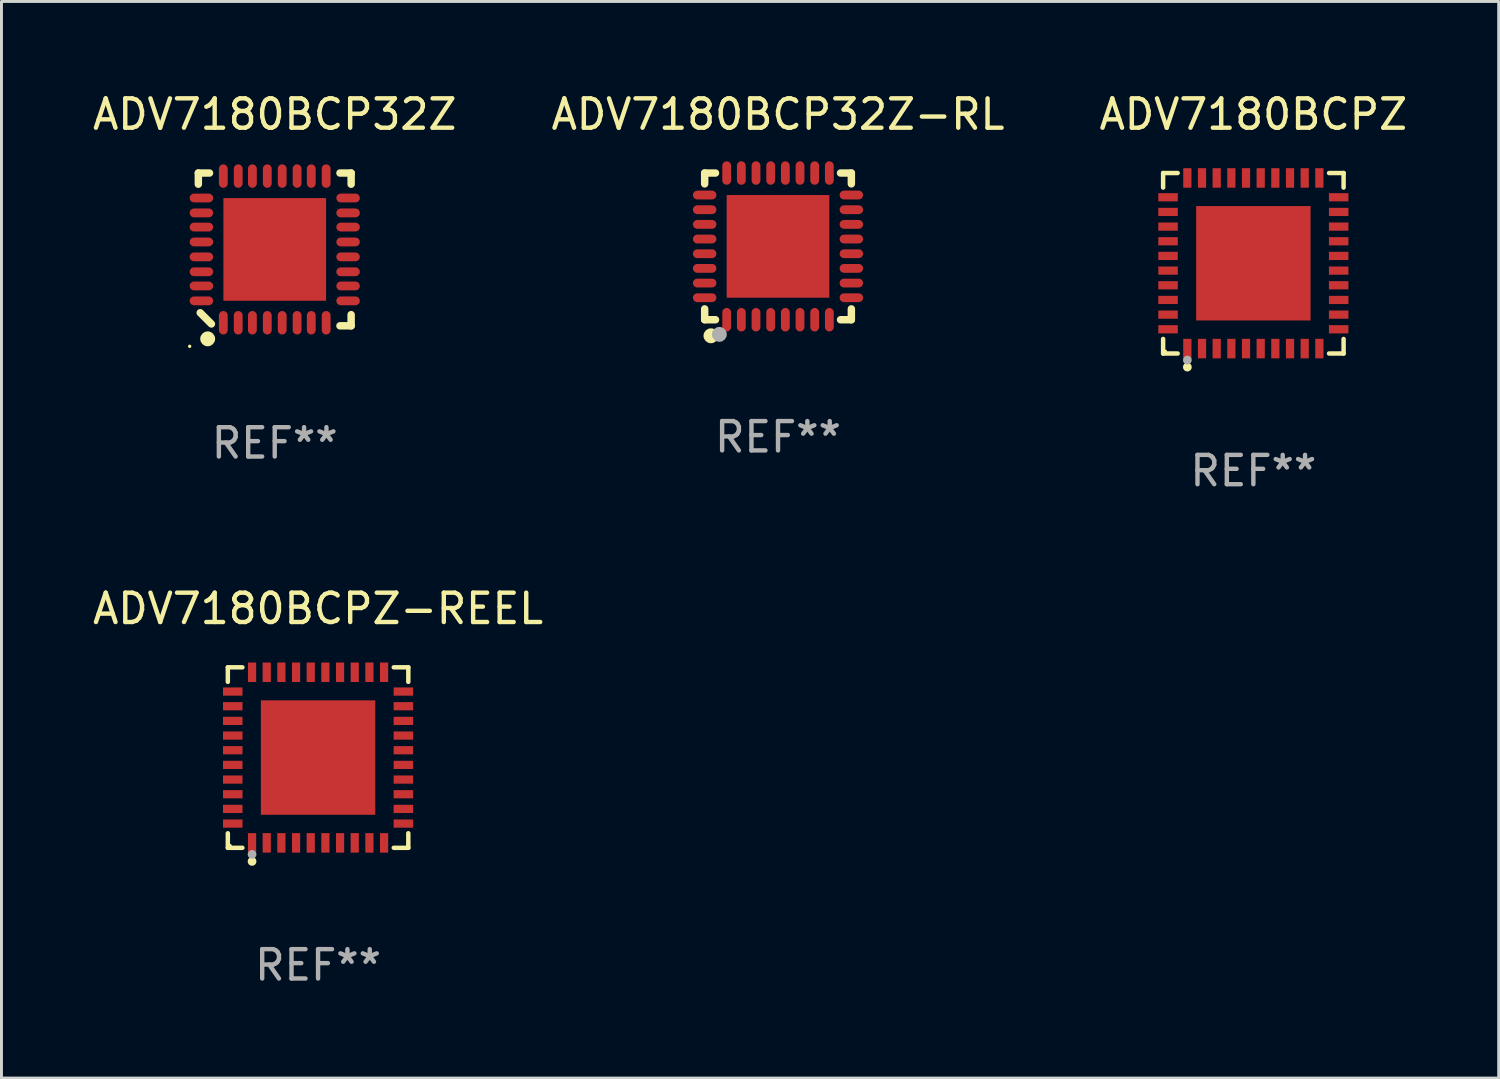
<source format=kicad_pcb>
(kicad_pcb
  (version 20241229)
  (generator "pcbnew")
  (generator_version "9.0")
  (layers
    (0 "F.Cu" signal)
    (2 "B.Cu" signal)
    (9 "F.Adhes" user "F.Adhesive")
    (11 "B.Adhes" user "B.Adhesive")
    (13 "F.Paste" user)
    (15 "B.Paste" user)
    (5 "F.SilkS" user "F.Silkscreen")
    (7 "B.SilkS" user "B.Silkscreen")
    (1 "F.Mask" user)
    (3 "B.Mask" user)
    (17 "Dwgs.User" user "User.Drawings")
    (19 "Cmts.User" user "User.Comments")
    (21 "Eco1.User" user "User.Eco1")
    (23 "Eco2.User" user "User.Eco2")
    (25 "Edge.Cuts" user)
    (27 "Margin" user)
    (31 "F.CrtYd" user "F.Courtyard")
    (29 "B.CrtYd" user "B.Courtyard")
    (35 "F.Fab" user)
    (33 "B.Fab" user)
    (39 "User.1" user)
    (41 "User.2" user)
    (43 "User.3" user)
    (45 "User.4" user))
  (footprint "ADV7180BCPZ"
    (layer "F.Cu")
    (at 39.673 5.924)
    (property "Reference" "ADV7180BCPZ" (at 0 -5.076 0) (layer "F.SilkS") (effects (font (size 1 1) (thickness 0.15))))
    (attr through_hole)
    (fp_line (start -3.076 -3.076) (end -2.58 -3.076) (stroke (width 0.152) (type solid)) (layer "F.SilkS"))
    (fp_line (start -3.076 -2.58) (end -3.076 -3.076) (stroke (width 0.152) (type solid)) (layer "F.SilkS"))
    (fp_line (start -3.076 2.58) (end -3.076 3.076) (stroke (width 0.152) (type solid)) (layer "F.SilkS"))
    (fp_line (start -3.076 3.076) (end -2.58 3.076) (stroke (width 0.152) (type solid)) (layer "F.SilkS"))
    (fp_line (start 3.076 -3.076) (end 2.58 -3.076) (stroke (width 0.152) (type solid)) (layer "F.SilkS"))
    (fp_line (start 3.076 -2.58) (end 3.076 -3.076) (stroke (width 0.152) (type solid)) (layer "F.SilkS"))
    (fp_line (start 3.076 2.58) (end 3.076 3.076) (stroke (width 0.152) (type solid)) (layer "F.SilkS"))
    (fp_line (start 3.076 3.076) (end 2.58 3.076) (stroke (width 0.152) (type solid)) (layer "F.SilkS"))
    (fp_circle (center -3 3) (end -2.97 3) (stroke (width 0.06) (type solid)) (fill no) (layer "F.SilkS"))
    (fp_circle (center -2.25 3.54) (end -2.175 3.54) (stroke (width 0.15) (type solid)) (fill no) (layer "F.SilkS"))
    (fp_circle (center -2.25 3.3) (end -2.175 3.3) (stroke (width 0.15) (type solid)) (fill no) (layer "F.Fab"))
    (fp_text user "REF**" (at 0 7.076 0) (layer "F.Fab") (effects (font (size 1 1) (thickness 0.15))))
    (pad "1" smd rect (at -2.25 2.908) (size 0.28 0.665) (layers "F.Cu" "F.Mask" "F.Paste"))
    (pad "2" smd rect (at -1.75 2.908) (size 0.28 0.665) (layers "F.Cu" "F.Mask" "F.Paste"))
    (pad "3" smd rect (at -1.25 2.908) (size 0.28 0.665) (layers "F.Cu" "F.Mask" "F.Paste"))
    (pad "4" smd rect (at -0.75 2.908) (size 0.28 0.665) (layers "F.Cu" "F.Mask" "F.Paste"))
    (pad "5" smd rect (at -0.25 2.908) (size 0.28 0.665) (layers "F.Cu" "F.Mask" "F.Paste"))
    (pad "6" smd rect (at 0.25 2.908) (size 0.28 0.665) (layers "F.Cu" "F.Mask" "F.Paste"))
    (pad "7" smd rect (at 0.75 2.908) (size 0.28 0.665) (layers "F.Cu" "F.Mask" "F.Paste"))
    (pad "8" smd rect (at 1.25 2.908) (size 0.28 0.665) (layers "F.Cu" "F.Mask" "F.Paste"))
    (pad "9" smd rect (at 1.75 2.908) (size 0.28 0.665) (layers "F.Cu" "F.Mask" "F.Paste"))
    (pad "10" smd rect (at 2.25 2.908) (size 0.28 0.665) (layers "F.Cu" "F.Mask" "F.Paste"))
    (pad "11" smd rect (at 2.908 2.25) (size 0.665 0.28) (layers "F.Cu" "F.Mask" "F.Paste"))
    (pad "12" smd rect (at 2.908 1.75) (size 0.665 0.28) (layers "F.Cu" "F.Mask" "F.Paste"))
    (pad "13" smd rect (at 2.908 1.25) (size 0.665 0.28) (layers "F.Cu" "F.Mask" "F.Paste"))
    (pad "14" smd rect (at 2.908 0.75) (size 0.665 0.28) (layers "F.Cu" "F.Mask" "F.Paste"))
    (pad "15" smd rect (at 2.908 0.25) (size 0.665 0.28) (layers "F.Cu" "F.Mask" "F.Paste"))
    (pad "16" smd rect (at 2.908 -0.25) (size 0.665 0.28) (layers "F.Cu" "F.Mask" "F.Paste"))
    (pad "17" smd rect (at 2.908 -0.75) (size 0.665 0.28) (layers "F.Cu" "F.Mask" "F.Paste"))
    (pad "18" smd rect (at 2.908 -1.25) (size 0.665 0.28) (layers "F.Cu" "F.Mask" "F.Paste"))
    (pad "19" smd rect (at 2.908 -1.75) (size 0.665 0.28) (layers "F.Cu" "F.Mask" "F.Paste"))
    (pad "20" smd rect (at 2.908 -2.25) (size 0.665 0.28) (layers "F.Cu" "F.Mask" "F.Paste"))
    (pad "21" smd rect (at 2.25 -2.908) (size 0.28 0.665) (layers "F.Cu" "F.Mask" "F.Paste"))
    (pad "22" smd rect (at 1.75 -2.908) (size 0.28 0.665) (layers "F.Cu" "F.Mask" "F.Paste"))
    (pad "23" smd rect (at 1.25 -2.908) (size 0.28 0.665) (layers "F.Cu" "F.Mask" "F.Paste"))
    (pad "24" smd rect (at 0.75 -2.908) (size 0.28 0.665) (layers "F.Cu" "F.Mask" "F.Paste"))
    (pad "25" smd rect (at 0.25 -2.908) (size 0.28 0.665) (layers "F.Cu" "F.Mask" "F.Paste"))
    (pad "26" smd rect (at -0.25 -2.908) (size 0.28 0.665) (layers "F.Cu" "F.Mask" "F.Paste"))
    (pad "27" smd rect (at -0.75 -2.908) (size 0.28 0.665) (layers "F.Cu" "F.Mask" "F.Paste"))
    (pad "28" smd rect (at -1.25 -2.908) (size 0.28 0.665) (layers "F.Cu" "F.Mask" "F.Paste"))
    (pad "29" smd rect (at -1.75 -2.908) (size 0.28 0.665) (layers "F.Cu" "F.Mask" "F.Paste"))
    (pad "30" smd rect (at -2.25 -2.908) (size 0.28 0.665) (layers "F.Cu" "F.Mask" "F.Paste"))
    (pad "31" smd rect (at -2.908 -2.25) (size 0.665 0.28) (layers "F.Cu" "F.Mask" "F.Paste"))
    (pad "32" smd rect (at -2.908 -1.75) (size 0.665 0.28) (layers "F.Cu" "F.Mask" "F.Paste"))
    (pad "33" smd rect (at -2.908 -1.25) (size 0.665 0.28) (layers "F.Cu" "F.Mask" "F.Paste"))
    (pad "34" smd rect (at -2.908 -0.75) (size 0.665 0.28) (layers "F.Cu" "F.Mask" "F.Paste"))
    (pad "35" smd rect (at -2.908 -0.25) (size 0.665 0.28) (layers "F.Cu" "F.Mask" "F.Paste"))
    (pad "36" smd rect (at -2.908 0.25) (size 0.665 0.28) (layers "F.Cu" "F.Mask" "F.Paste"))
    (pad "37" smd rect (at -2.908 0.75) (size 0.665 0.28) (layers "F.Cu" "F.Mask" "F.Paste"))
    (pad "38" smd rect (at -2.908 1.25) (size 0.665 0.28) (layers "F.Cu" "F.Mask" "F.Paste"))
    (pad "39" smd rect (at -2.908 1.75) (size 0.665 0.28) (layers "F.Cu" "F.Mask" "F.Paste"))
    (pad "40" smd rect (at -2.908 2.25) (size 0.665 0.28) (layers "F.Cu" "F.Mask" "F.Paste"))
    (pad "41" smd rect (at 0 0) (size 3.9 3.9) (layers "F.Cu" "F.Mask" "F.Paste")))
  (footprint "ADV7180BCP32Z-RL"
    (layer "F.Cu")
    (at 23.47 5.348)
    (property "Reference" "ADV7180BCP32Z-RL" (at 0 -4.5 0) (layer "F.SilkS") (effects (font (size 1 1) (thickness 0.15))))
    (attr through_hole)
    (fp_line (start -2.5 -2.5) (end -2.131 -2.5) (stroke (width 0.254) (type solid)) (layer "F.SilkS"))
    (fp_line (start -2.5 -2.131) (end -2.5 -2.5) (stroke (width 0.254) (type solid)) (layer "F.SilkS"))
    (fp_line (start -2.5 2.5) (end -2.5 2.131) (stroke (width 0.254) (type solid)) (layer "F.SilkS"))
    (fp_line (start -2.131 2.5) (end -2.5 2.5) (stroke (width 0.254) (type solid)) (layer "F.SilkS"))
    (fp_line (start 2.131 -2.5) (end 2.5 -2.5) (stroke (width 0.254) (type solid)) (layer "F.SilkS"))
    (fp_line (start 2.5 -2.5) (end 2.5 -2.131) (stroke (width 0.254) (type solid)) (layer "F.SilkS"))
    (fp_line (start 2.5 2.131) (end 2.5 2.5) (stroke (width 0.254) (type solid)) (layer "F.SilkS"))
    (fp_line (start 2.5 2.5) (end 2.131 2.5) (stroke (width 0.254) (type solid)) (layer "F.SilkS"))
    (fp_circle (center -2.5 2.5) (end -2.47 2.5) (stroke (width 0.06) (type solid)) (fill no) (layer "F.SilkS"))
    (fp_circle (center -2.286 3.048) (end -2.159 3.048) (stroke (width 0.254) (type solid)) (fill no) (layer "F.SilkS"))
    (fp_circle (center -2 3) (end -1.873 3) (stroke (width 0.254) (type solid)) (fill no) (layer "F.Fab"))
    (fp_text user "REF**" (at 0 6.5 0) (layer "F.Fab") (effects (font (size 1 1) (thickness 0.15))))
    (pad "1" smd oval (at -1.75 2.5 90) (size 0.8 0.3) (layers "F.Cu" "F.Mask" "F.Paste"))
    (pad "2" smd oval (at -1.25 2.5 90) (size 0.8 0.3) (layers "F.Cu" "F.Mask" "F.Paste"))
    (pad "3" smd oval (at -0.75 2.5 90) (size 0.8 0.3) (layers "F.Cu" "F.Mask" "F.Paste"))
    (pad "4" smd oval (at -0.25 2.5 90) (size 0.8 0.3) (layers "F.Cu" "F.Mask" "F.Paste"))
    (pad "5" smd oval (at 0.25 2.5 90) (size 0.8 0.3) (layers "F.Cu" "F.Mask" "F.Paste"))
    (pad "6" smd oval (at 0.75 2.5 90) (size 0.8 0.3) (layers "F.Cu" "F.Mask" "F.Paste"))
    (pad "7" smd oval (at 1.25 2.5 90) (size 0.8 0.3) (layers "F.Cu" "F.Mask" "F.Paste"))
    (pad "8" smd oval (at 1.75 2.5 90) (size 0.8 0.3) (layers "F.Cu" "F.Mask" "F.Paste"))
    (pad "9" smd oval (at 2.5 1.75 180) (size 0.8 0.3) (layers "F.Cu" "F.Mask" "F.Paste"))
    (pad "10" smd oval (at 2.5 1.25 180) (size 0.8 0.3) (layers "F.Cu" "F.Mask" "F.Paste"))
    (pad "11" smd oval (at 2.5 0.75 180) (size 0.8 0.3) (layers "F.Cu" "F.Mask" "F.Paste"))
    (pad "12" smd oval (at 2.5 0.25 180) (size 0.8 0.3) (layers "F.Cu" "F.Mask" "F.Paste"))
    (pad "13" smd oval (at 2.5 -0.25 180) (size 0.8 0.3) (layers "F.Cu" "F.Mask" "F.Paste"))
    (pad "14" smd oval (at 2.5 -0.75 180) (size 0.8 0.3) (layers "F.Cu" "F.Mask" "F.Paste"))
    (pad "15" smd oval (at 2.5 -1.25 180) (size 0.8 0.3) (layers "F.Cu" "F.Mask" "F.Paste"))
    (pad "16" smd oval (at 2.5 -1.75 180) (size 0.8 0.3) (layers "F.Cu" "F.Mask" "F.Paste"))
    (pad "17" smd oval (at 1.75 -2.5 270) (size 0.8 0.3) (layers "F.Cu" "F.Mask" "F.Paste"))
    (pad "18" smd oval (at 1.25 -2.5 270) (size 0.8 0.3) (layers "F.Cu" "F.Mask" "F.Paste"))
    (pad "19" smd oval (at 0.75 -2.5 270) (size 0.8 0.3) (layers "F.Cu" "F.Mask" "F.Paste"))
    (pad "20" smd oval (at 0.25 -2.5 270) (size 0.8 0.3) (layers "F.Cu" "F.Mask" "F.Paste"))
    (pad "21" smd oval (at -0.25 -2.5 270) (size 0.8 0.3) (layers "F.Cu" "F.Mask" "F.Paste"))
    (pad "22" smd oval (at -0.75 -2.5 270) (size 0.8 0.3) (layers "F.Cu" "F.Mask" "F.Paste"))
    (pad "23" smd oval (at -1.25 -2.5 270) (size 0.8 0.3) (layers "F.Cu" "F.Mask" "F.Paste"))
    (pad "24" smd oval (at -1.75 -2.5 270) (size 0.8 0.3) (layers "F.Cu" "F.Mask" "F.Paste"))
    (pad "25" smd oval (at -2.5 -1.75) (size 0.8 0.3) (layers "F.Cu" "F.Mask" "F.Paste"))
    (pad "26" smd oval (at -2.5 -1.25) (size 0.8 0.3) (layers "F.Cu" "F.Mask" "F.Paste"))
    (pad "27" smd oval (at -2.5 -0.75) (size 0.8 0.3) (layers "F.Cu" "F.Mask" "F.Paste"))
    (pad "28" smd oval (at -2.5 -0.25) (size 0.8 0.3) (layers "F.Cu" "F.Mask" "F.Paste"))
    (pad "29" smd oval (at -2.5 0.25) (size 0.8 0.3) (layers "F.Cu" "F.Mask" "F.Paste"))
    (pad "30" smd oval (at -2.5 0.75) (size 0.8 0.3) (layers "F.Cu" "F.Mask" "F.Paste"))
    (pad "31" smd oval (at -2.5 1.25) (size 0.8 0.3) (layers "F.Cu" "F.Mask" "F.Paste"))
    (pad "32" smd oval (at -2.5 1.75) (size 0.8 0.3) (layers "F.Cu" "F.Mask" "F.Paste"))
    (pad "33" smd rect (at -0.000127 0.000127 90) (size 3.5 3.5) (layers "F.Cu" "F.Mask" "F.Paste")))
  (footprint "ADV7180BCP32Z"
    (layer "F.Cu")
    (at 6.315 5.452)
    (property "Reference" "ADV7180BCP32Z" (at 0 -4.604 0) (layer "F.SilkS") (effects (font (size 1 1) (thickness 0.15))))
    (attr through_hole)
    (fp_line (start -2.604 -2.604) (end -2.604 -2.223) (stroke (width 0.254) (type solid)) (layer "F.SilkS"))
    (fp_line (start -2.54 2.159) (end -2.159 2.54) (stroke (width 0.254) (type solid)) (layer "F.SilkS"))
    (fp_line (start -2.223 -2.604) (end -2.604 -2.604) (stroke (width 0.254) (type solid)) (layer "F.SilkS"))
    (fp_line (start 2.223 2.604) (end 2.604 2.604) (stroke (width 0.254) (type solid)) (layer "F.SilkS"))
    (fp_line (start 2.604 -2.604) (end 2.223 -2.604) (stroke (width 0.254) (type solid)) (layer "F.SilkS"))
    (fp_line (start 2.604 -2.223) (end 2.604 -2.604) (stroke (width 0.254) (type solid)) (layer "F.SilkS"))
    (fp_line (start 2.604 2.604) (end 2.604 2.223) (stroke (width 0.254) (type solid)) (layer "F.SilkS"))
    (fp_circle (center -2.9 3.302) (end -2.87 3.302) (stroke (width 0.06) (type solid)) (fill no) (layer "F.SilkS"))
    (fp_circle (center -2.286 3.048) (end -2.159 3.048) (stroke (width 0.254) (type solid)) (fill no) (layer "F.SilkS"))
    (fp_text user "REF**" (at 0 6.604 0) (layer "F.Fab") (effects (font (size 1 1) (thickness 0.15))))
    (pad "1" smd oval (at -1.753 2.5 90) (size 0.8 0.3) (layers "F.Cu" "F.Mask" "F.Paste"))
    (pad "2" smd oval (at -1.245 2.5 90) (size 0.8 0.3) (layers "F.Cu" "F.Mask" "F.Paste"))
    (pad "3" smd oval (at -0.762 2.5 90) (size 0.8 0.3) (layers "F.Cu" "F.Mask" "F.Paste"))
    (pad "4" smd oval (at -0.254 2.5 90) (size 0.8 0.3) (layers "F.Cu" "F.Mask" "F.Paste"))
    (pad "5" smd oval (at 0.254 2.5 90) (size 0.8 0.3) (layers "F.Cu" "F.Mask" "F.Paste"))
    (pad "6" smd oval (at 0.762 2.5 90) (size 0.8 0.3) (layers "F.Cu" "F.Mask" "F.Paste"))
    (pad "7" smd oval (at 1.245 2.5 90) (size 0.8 0.3) (layers "F.Cu" "F.Mask" "F.Paste"))
    (pad "8" smd oval (at 1.753 2.5 90) (size 0.8 0.3) (layers "F.Cu" "F.Mask" "F.Paste"))
    (pad "9" smd oval (at 2.5 1.753 180) (size 0.8 0.3) (layers "F.Cu" "F.Mask" "F.Paste"))
    (pad "10" smd oval (at 2.5 1.245 180) (size 0.8 0.3) (layers "F.Cu" "F.Mask" "F.Paste"))
    (pad "11" smd oval (at 2.5 0.762 180) (size 0.8 0.3) (layers "F.Cu" "F.Mask" "F.Paste"))
    (pad "12" smd oval (at 2.5 0.254 180) (size 0.8 0.3) (layers "F.Cu" "F.Mask" "F.Paste"))
    (pad "13" smd oval (at 2.5 -0.254 180) (size 0.8 0.3) (layers "F.Cu" "F.Mask" "F.Paste"))
    (pad "14" smd oval (at 2.5 -0.762 180) (size 0.8 0.3) (layers "F.Cu" "F.Mask" "F.Paste"))
    (pad "15" smd oval (at 2.5 -1.245 180) (size 0.8 0.3) (layers "F.Cu" "F.Mask" "F.Paste"))
    (pad "16" smd oval (at 2.5 -1.753 180) (size 0.8 0.3) (layers "F.Cu" "F.Mask" "F.Paste"))
    (pad "17" smd oval (at 1.753 -2.5 270) (size 0.8 0.3) (layers "F.Cu" "F.Mask" "F.Paste"))
    (pad "18" smd oval (at 1.245 -2.5 270) (size 0.8 0.3) (layers "F.Cu" "F.Mask" "F.Paste"))
    (pad "19" smd oval (at 0.762 -2.5 270) (size 0.8 0.3) (layers "F.Cu" "F.Mask" "F.Paste"))
    (pad "20" smd oval (at 0.254 -2.5 270) (size 0.8 0.3) (layers "F.Cu" "F.Mask" "F.Paste"))
    (pad "21" smd oval (at -0.254 -2.5 270) (size 0.8 0.3) (layers "F.Cu" "F.Mask" "F.Paste"))
    (pad "22" smd oval (at -0.762 -2.5 270) (size 0.8 0.3) (layers "F.Cu" "F.Mask" "F.Paste"))
    (pad "23" smd oval (at -1.245 -2.5 270) (size 0.8 0.3) (layers "F.Cu" "F.Mask" "F.Paste"))
    (pad "24" smd oval (at -1.753 -2.5 270) (size 0.8 0.3) (layers "F.Cu" "F.Mask" "F.Paste"))
    (pad "25" smd oval (at -2.5 -1.753) (size 0.8 0.3) (layers "F.Cu" "F.Mask" "F.Paste"))
    (pad "26" smd oval (at -2.5 -1.245) (size 0.8 0.3) (layers "F.Cu" "F.Mask" "F.Paste"))
    (pad "27" smd oval (at -2.5 -0.762) (size 0.8 0.3) (layers "F.Cu" "F.Mask" "F.Paste"))
    (pad "28" smd oval (at -2.5 -0.254) (size 0.8 0.3) (layers "F.Cu" "F.Mask" "F.Paste"))
    (pad "29" smd oval (at -2.5 0.254) (size 0.8 0.3) (layers "F.Cu" "F.Mask" "F.Paste"))
    (pad "30" smd oval (at -2.5 0.762) (size 0.8 0.3) (layers "F.Cu" "F.Mask" "F.Paste"))
    (pad "31" smd oval (at -2.5 1.245) (size 0.8 0.3) (layers "F.Cu" "F.Mask" "F.Paste"))
    (pad "32" smd oval (at -2.5 1.753) (size 0.8 0.3) (layers "F.Cu" "F.Mask" "F.Paste"))
    (pad "33" smd rect (at 0 -0.000025 90) (size 3.5 3.5) (layers "F.Cu" "F.Mask" "F.Paste")))
  (footprint "ADV7180BCPZ-REEL"
    (layer "F.Cu")
    (at 7.792 22.773)
    (property "Reference" "ADV7180BCPZ-REEL" (at 0 -5.076 0) (layer "F.SilkS") (effects (font (size 1 1) (thickness 0.15))))
    (attr through_hole)
    (fp_line (start -3.076 -3.076) (end -2.58 -3.076) (stroke (width 0.152) (type solid)) (layer "F.SilkS"))
    (fp_line (start -3.076 -2.58) (end -3.076 -3.076) (stroke (width 0.152) (type solid)) (layer "F.SilkS"))
    (fp_line (start -3.076 2.58) (end -3.076 3.076) (stroke (width 0.152) (type solid)) (layer "F.SilkS"))
    (fp_line (start -3.076 3.076) (end -2.58 3.076) (stroke (width 0.152) (type solid)) (layer "F.SilkS"))
    (fp_line (start 3.076 -3.076) (end 2.58 -3.076) (stroke (width 0.152) (type solid)) (layer "F.SilkS"))
    (fp_line (start 3.076 -2.58) (end 3.076 -3.076) (stroke (width 0.152) (type solid)) (layer "F.SilkS"))
    (fp_line (start 3.076 2.58) (end 3.076 3.076) (stroke (width 0.152) (type solid)) (layer "F.SilkS"))
    (fp_line (start 3.076 3.076) (end 2.58 3.076) (stroke (width 0.152) (type solid)) (layer "F.SilkS"))
    (fp_circle (center -3 3) (end -2.97 3) (stroke (width 0.06) (type solid)) (fill no) (layer "F.SilkS"))
    (fp_circle (center -2.25 3.54) (end -2.175 3.54) (stroke (width 0.15) (type solid)) (fill no) (layer "F.SilkS"))
    (fp_circle (center -2.25 3.3) (end -2.175 3.3) (stroke (width 0.15) (type solid)) (fill no) (layer "F.Fab"))
    (fp_text user "REF**" (at 0 7.076 0) (layer "F.Fab") (effects (font (size 1 1) (thickness 0.15))))
    (pad "1" smd rect (at -2.25 2.908) (size 0.28 0.665) (layers "F.Cu" "F.Mask" "F.Paste"))
    (pad "2" smd rect (at -1.75 2.908) (size 0.28 0.665) (layers "F.Cu" "F.Mask" "F.Paste"))
    (pad "3" smd rect (at -1.25 2.908) (size 0.28 0.665) (layers "F.Cu" "F.Mask" "F.Paste"))
    (pad "4" smd rect (at -0.75 2.908) (size 0.28 0.665) (layers "F.Cu" "F.Mask" "F.Paste"))
    (pad "5" smd rect (at -0.25 2.908) (size 0.28 0.665) (layers "F.Cu" "F.Mask" "F.Paste"))
    (pad "6" smd rect (at 0.25 2.908) (size 0.28 0.665) (layers "F.Cu" "F.Mask" "F.Paste"))
    (pad "7" smd rect (at 0.75 2.908) (size 0.28 0.665) (layers "F.Cu" "F.Mask" "F.Paste"))
    (pad "8" smd rect (at 1.25 2.908) (size 0.28 0.665) (layers "F.Cu" "F.Mask" "F.Paste"))
    (pad "9" smd rect (at 1.75 2.908) (size 0.28 0.665) (layers "F.Cu" "F.Mask" "F.Paste"))
    (pad "10" smd rect (at 2.25 2.908) (size 0.28 0.665) (layers "F.Cu" "F.Mask" "F.Paste"))
    (pad "11" smd rect (at 2.908 2.25) (size 0.665 0.28) (layers "F.Cu" "F.Mask" "F.Paste"))
    (pad "12" smd rect (at 2.908 1.75) (size 0.665 0.28) (layers "F.Cu" "F.Mask" "F.Paste"))
    (pad "13" smd rect (at 2.908 1.25) (size 0.665 0.28) (layers "F.Cu" "F.Mask" "F.Paste"))
    (pad "14" smd rect (at 2.908 0.75) (size 0.665 0.28) (layers "F.Cu" "F.Mask" "F.Paste"))
    (pad "15" smd rect (at 2.908 0.25) (size 0.665 0.28) (layers "F.Cu" "F.Mask" "F.Paste"))
    (pad "16" smd rect (at 2.908 -0.25) (size 0.665 0.28) (layers "F.Cu" "F.Mask" "F.Paste"))
    (pad "17" smd rect (at 2.908 -0.75) (size 0.665 0.28) (layers "F.Cu" "F.Mask" "F.Paste"))
    (pad "18" smd rect (at 2.908 -1.25) (size 0.665 0.28) (layers "F.Cu" "F.Mask" "F.Paste"))
    (pad "19" smd rect (at 2.908 -1.75) (size 0.665 0.28) (layers "F.Cu" "F.Mask" "F.Paste"))
    (pad "20" smd rect (at 2.908 -2.25) (size 0.665 0.28) (layers "F.Cu" "F.Mask" "F.Paste"))
    (pad "21" smd rect (at 2.25 -2.908) (size 0.28 0.665) (layers "F.Cu" "F.Mask" "F.Paste"))
    (pad "22" smd rect (at 1.75 -2.908) (size 0.28 0.665) (layers "F.Cu" "F.Mask" "F.Paste"))
    (pad "23" smd rect (at 1.25 -2.908) (size 0.28 0.665) (layers "F.Cu" "F.Mask" "F.Paste"))
    (pad "24" smd rect (at 0.75 -2.908) (size 0.28 0.665) (layers "F.Cu" "F.Mask" "F.Paste"))
    (pad "25" smd rect (at 0.25 -2.908) (size 0.28 0.665) (layers "F.Cu" "F.Mask" "F.Paste"))
    (pad "26" smd rect (at -0.25 -2.908) (size 0.28 0.665) (layers "F.Cu" "F.Mask" "F.Paste"))
    (pad "27" smd rect (at -0.75 -2.908) (size 0.28 0.665) (layers "F.Cu" "F.Mask" "F.Paste"))
    (pad "28" smd rect (at -1.25 -2.908) (size 0.28 0.665) (layers "F.Cu" "F.Mask" "F.Paste"))
    (pad "29" smd rect (at -1.75 -2.908) (size 0.28 0.665) (layers "F.Cu" "F.Mask" "F.Paste"))
    (pad "30" smd rect (at -2.25 -2.908) (size 0.28 0.665) (layers "F.Cu" "F.Mask" "F.Paste"))
    (pad "31" smd rect (at -2.908 -2.25) (size 0.665 0.28) (layers "F.Cu" "F.Mask" "F.Paste"))
    (pad "32" smd rect (at -2.908 -1.75) (size 0.665 0.28) (layers "F.Cu" "F.Mask" "F.Paste"))
    (pad "33" smd rect (at -2.908 -1.25) (size 0.665 0.28) (layers "F.Cu" "F.Mask" "F.Paste"))
    (pad "34" smd rect (at -2.908 -0.75) (size 0.665 0.28) (layers "F.Cu" "F.Mask" "F.Paste"))
    (pad "35" smd rect (at -2.908 -0.25) (size 0.665 0.28) (layers "F.Cu" "F.Mask" "F.Paste"))
    (pad "36" smd rect (at -2.908 0.25) (size 0.665 0.28) (layers "F.Cu" "F.Mask" "F.Paste"))
    (pad "37" smd rect (at -2.908 0.75) (size 0.665 0.28) (layers "F.Cu" "F.Mask" "F.Paste"))
    (pad "38" smd rect (at -2.908 1.25) (size 0.665 0.28) (layers "F.Cu" "F.Mask" "F.Paste"))
    (pad "39" smd rect (at -2.908 1.75) (size 0.665 0.28) (layers "F.Cu" "F.Mask" "F.Paste"))
    (pad "40" smd rect (at -2.908 2.25) (size 0.665 0.28) (layers "F.Cu" "F.Mask" "F.Paste"))
    (pad "41" smd rect (at 0 0) (size 3.9 3.9) (layers "F.Cu" "F.Mask" "F.Paste")))
  (gr_rect
    (start -3 -3)
    (end 48.036 33.698)
    (stroke (width 0.1) (type default))
    (fill no)
    (layer "Edge.Cuts")))
</source>
